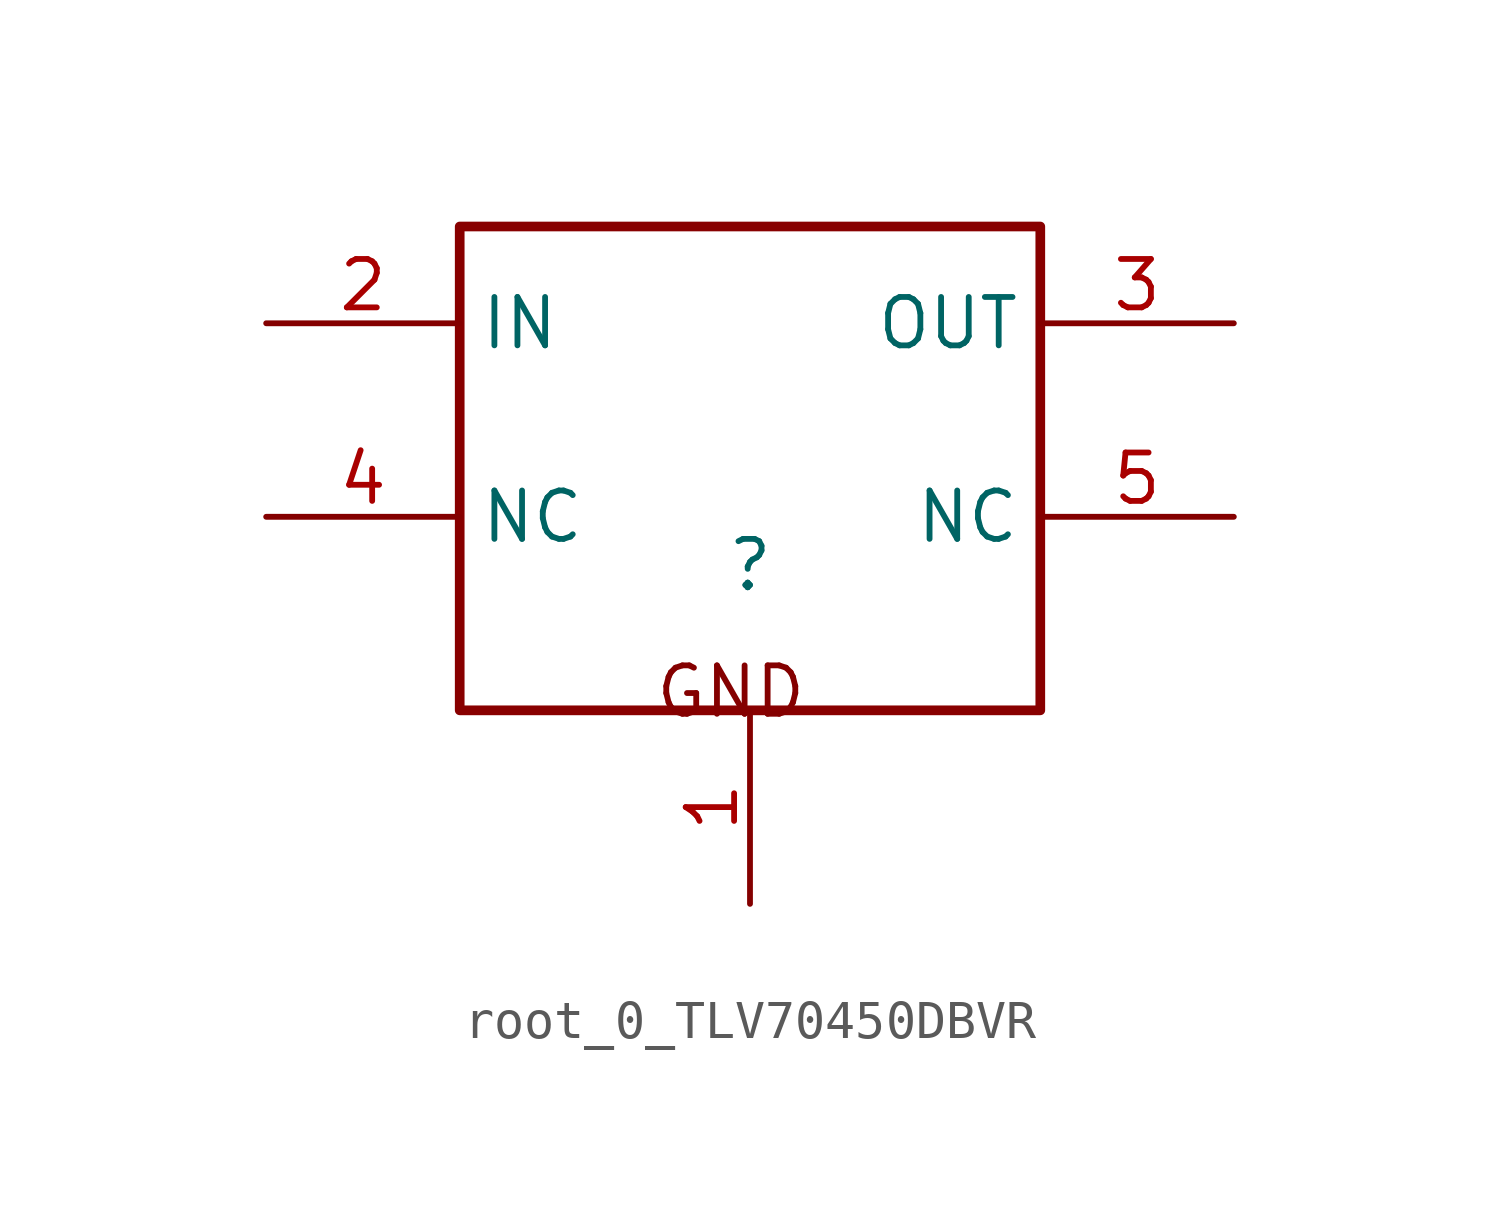
<source format=kicad_sym>
(kicad_symbol_lib
  (version 20231120)
  (generator "kicad_symbol_editor")
  (generator_version "8.0")
  (symbol "root_0_TLV70450DBVR"
    (property "Reference" ""
      (at 0 0 0)
      (effects (font (size 1.27 1.27))))
    (property "Value" ""
      (at 0 0 0)
      (effects (font (size 1.27 1.27))))
    (symbol "root_0_TLV70450DBVR_1_0"
      (rectangle (start -7.62 8.89) (end 7.62 -3.81) (stroke (width 0.254) (type solid) (color 136 0 0 1)) (fill (type none)))
      (text "GND" (at -2.54 -4.064 0) (effects (font (size 1.27 1.27)) (justify left bottom)))
      (pin passive line (at 0 -8.89 90) (length 5.08) (name "GND" (effects (font (size 0 0)))) (number "1" (effects (font (size 1.27 1.27)))))
      (pin passive line (at -12.7 6.35 0) (length 5.08) (name "IN" (effects (font (size 1.27 1.27)))) (number "2" (effects (font (size 1.27 1.27)))))
      (pin passive line (at 12.7 6.35 180) (length 5.08) (name "OUT" (effects (font (size 1.27 1.27)))) (number "3" (effects (font (size 1.27 1.27)))))
      (pin passive line (at -12.7 1.27 0) (length 5.08) (name "NC" (effects (font (size 1.27 1.27)))) (number "4" (effects (font (size 1.27 1.27)))))
      (pin passive line (at 12.7 1.27 180) (length 5.08) (name "NC" (effects (font (size 1.27 1.27)))) (number "5" (effects (font (size 1.27 1.27))))))))
</source>
